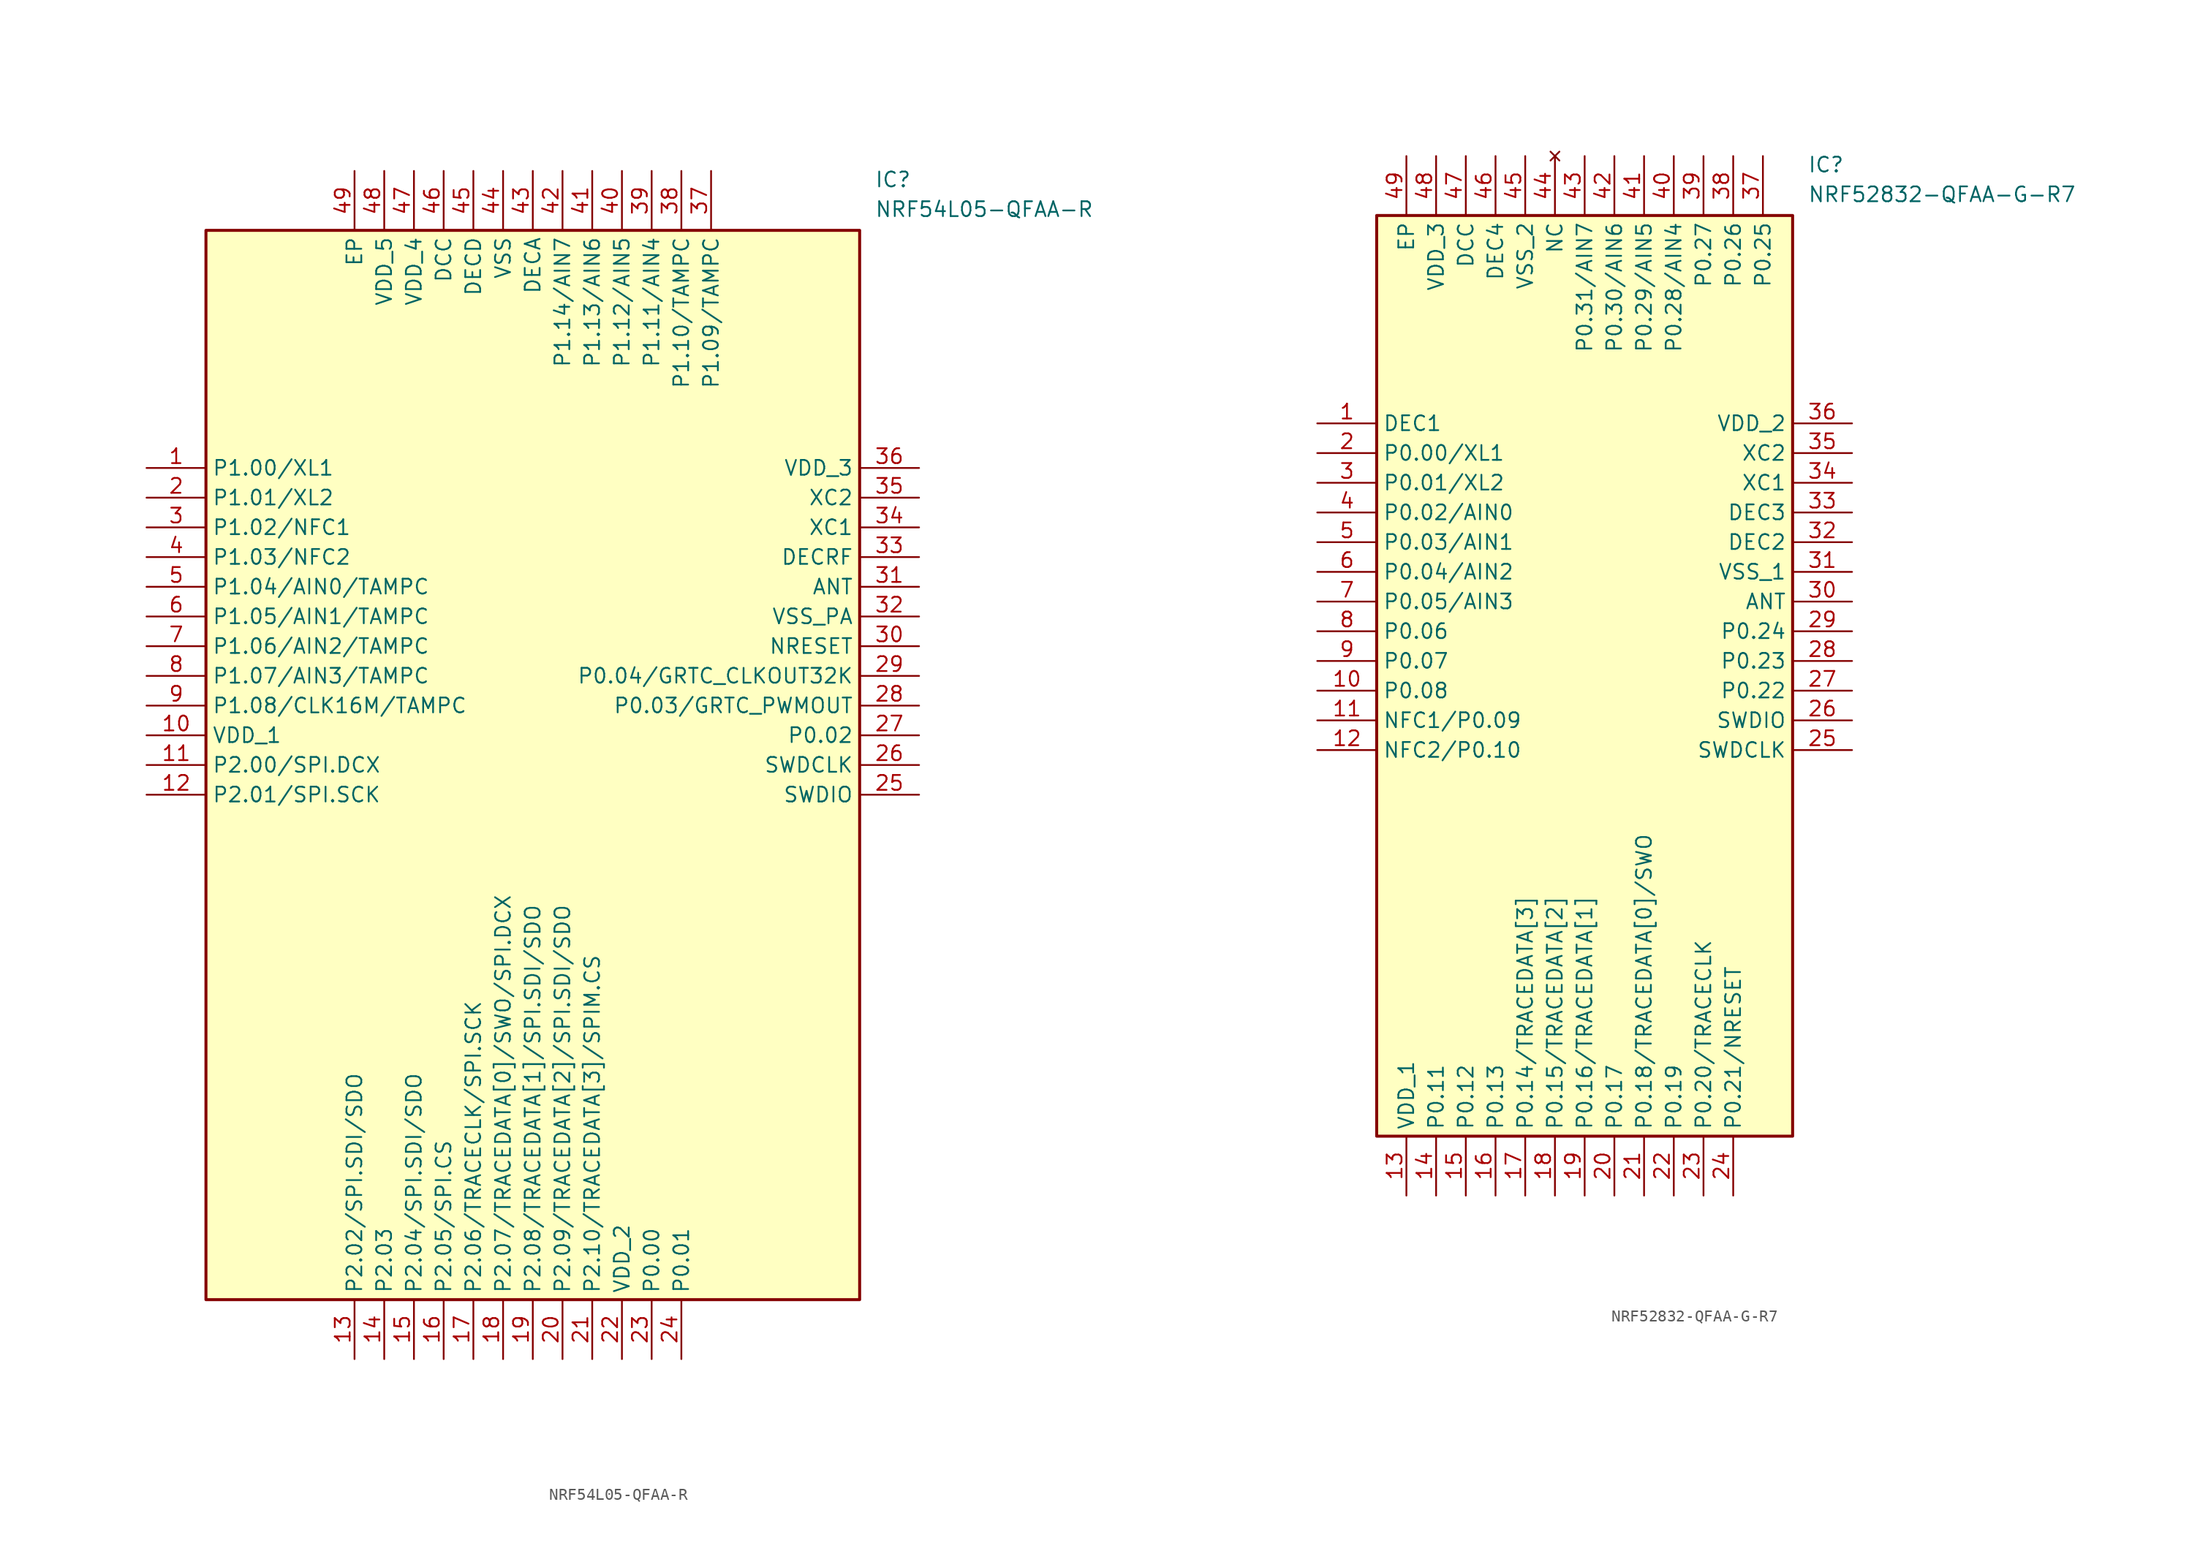
<source format=kicad_sym>
(kicad_symbol_lib
  (version 20241209)
  (generator "kicad_symbol_editor")
  (generator_version "9.0")
  (symbol "NRF54L05-QFAA-R"
    (property "Reference" "IC"
      (at 62.23 25.4 0)
      (effects (font (size 1.27 1.27)) (justify left top)))
    (property "Value" "NRF54L05-QFAA-R"
      (at 62.23 22.86 0)
      (effects (font (size 1.27 1.27)) (justify left top)))
    (symbol "NRF54L05-QFAA-R_1_1"
      (rectangle (start 5.08 20.32) (end 60.96 -71.12) (stroke (width 0.254) (type default)) (fill (type background)))
      (pin passive line (at 0 0 0) (length 5.08) (name "P1.00/XL1" (effects (font (size 1.27 1.27)))) (number "1" (effects (font (size 1.27 1.27)))))
      (pin passive line (at 0 -2.54 0) (length 5.08) (name "P1.01/XL2" (effects (font (size 1.27 1.27)))) (number "2" (effects (font (size 1.27 1.27)))))
      (pin passive line (at 0 -5.08 0) (length 5.08) (name "P1.02/NFC1" (effects (font (size 1.27 1.27)))) (number "3" (effects (font (size 1.27 1.27)))))
      (pin passive line (at 0 -7.62 0) (length 5.08) (name "P1.03/NFC2" (effects (font (size 1.27 1.27)))) (number "4" (effects (font (size 1.27 1.27)))))
      (pin passive line (at 0 -10.16 0) (length 5.08) (name "P1.04/AIN0/TAMPC" (effects (font (size 1.27 1.27)))) (number "5" (effects (font (size 1.27 1.27)))))
      (pin passive line (at 0 -12.7 0) (length 5.08) (name "P1.05/AIN1/TAMPC" (effects (font (size 1.27 1.27)))) (number "6" (effects (font (size 1.27 1.27)))))
      (pin passive line (at 0 -15.24 0) (length 5.08) (name "P1.06/AIN2/TAMPC" (effects (font (size 1.27 1.27)))) (number "7" (effects (font (size 1.27 1.27)))))
      (pin passive line (at 0 -17.78 0) (length 5.08) (name "P1.07/AIN3/TAMPC" (effects (font (size 1.27 1.27)))) (number "8" (effects (font (size 1.27 1.27)))))
      (pin passive line (at 0 -20.32 0) (length 5.08) (name "P1.08/CLK16M/TAMPC" (effects (font (size 1.27 1.27)))) (number "9" (effects (font (size 1.27 1.27)))))
      (pin passive line (at 0 -22.86 0) (length 5.08) (name "VDD_1" (effects (font (size 1.27 1.27)))) (number "10" (effects (font (size 1.27 1.27)))))
      (pin passive line (at 0 -25.4 0) (length 5.08) (name "P2.00/SPI.DCX" (effects (font (size 1.27 1.27)))) (number "11" (effects (font (size 1.27 1.27)))))
      (pin passive line (at 0 -27.94 0) (length 5.08) (name "P2.01/SPI.SCK" (effects (font (size 1.27 1.27)))) (number "12" (effects (font (size 1.27 1.27)))))
      (pin passive line (at 17.78 25.4 270) (length 5.08) (name "EP" (effects (font (size 1.27 1.27)))) (number "49" (effects (font (size 1.27 1.27)))))
      (pin passive line (at 17.78 -76.2 90) (length 5.08) (name "P2.02/SPI.SDI/SDO" (effects (font (size 1.27 1.27)))) (number "13" (effects (font (size 1.27 1.27)))))
      (pin passive line (at 20.32 25.4 270) (length 5.08) (name "VDD_5" (effects (font (size 1.27 1.27)))) (number "48" (effects (font (size 1.27 1.27)))))
      (pin passive line (at 20.32 -76.2 90) (length 5.08) (name "P2.03" (effects (font (size 1.27 1.27)))) (number "14" (effects (font (size 1.27 1.27)))))
      (pin passive line (at 22.86 25.4 270) (length 5.08) (name "VDD_4" (effects (font (size 1.27 1.27)))) (number "47" (effects (font (size 1.27 1.27)))))
      (pin passive line (at 22.86 -76.2 90) (length 5.08) (name "P2.04/SPI.SDI/SDO" (effects (font (size 1.27 1.27)))) (number "15" (effects (font (size 1.27 1.27)))))
      (pin passive line (at 25.4 25.4 270) (length 5.08) (name "DCC" (effects (font (size 1.27 1.27)))) (number "46" (effects (font (size 1.27 1.27)))))
      (pin passive line (at 25.4 -76.2 90) (length 5.08) (name "P2.05/SPI.CS" (effects (font (size 1.27 1.27)))) (number "16" (effects (font (size 1.27 1.27)))))
      (pin passive line (at 27.94 25.4 270) (length 5.08) (name "DECD" (effects (font (size 1.27 1.27)))) (number "45" (effects (font (size 1.27 1.27)))))
      (pin passive line (at 27.94 -76.2 90) (length 5.08) (name "P2.06/TRACECLK/SPI.SCK" (effects (font (size 1.27 1.27)))) (number "17" (effects (font (size 1.27 1.27)))))
      (pin passive line (at 30.48 25.4 270) (length 5.08) (name "VSS" (effects (font (size 1.27 1.27)))) (number "44" (effects (font (size 1.27 1.27)))))
      (pin passive line (at 30.48 -76.2 90) (length 5.08) (name "P2.07/TRACEDATA[0]/SWO/SPI.DCX" (effects (font (size 1.27 1.27)))) (number "18" (effects (font (size 1.27 1.27)))))
      (pin passive line (at 33.02 25.4 270) (length 5.08) (name "DECA" (effects (font (size 1.27 1.27)))) (number "43" (effects (font (size 1.27 1.27)))))
      (pin passive line (at 33.02 -76.2 90) (length 5.08) (name "P2.08/TRACEDATA[1]/SPI.SDI/SDO" (effects (font (size 1.27 1.27)))) (number "19" (effects (font (size 1.27 1.27)))))
      (pin passive line (at 35.56 25.4 270) (length 5.08) (name "P1.14/AIN7" (effects (font (size 1.27 1.27)))) (number "42" (effects (font (size 1.27 1.27)))))
      (pin passive line (at 35.56 -76.2 90) (length 5.08) (name "P2.09/TRACEDATA[2]/SPI.SDI/SDO" (effects (font (size 1.27 1.27)))) (number "20" (effects (font (size 1.27 1.27)))))
      (pin passive line (at 38.1 25.4 270) (length 5.08) (name "P1.13/AIN6" (effects (font (size 1.27 1.27)))) (number "41" (effects (font (size 1.27 1.27)))))
      (pin passive line (at 38.1 -76.2 90) (length 5.08) (name "P2.10/TRACEDATA[3]/SPIM.CS" (effects (font (size 1.27 1.27)))) (number "21" (effects (font (size 1.27 1.27)))))
      (pin passive line (at 40.64 25.4 270) (length 5.08) (name "P1.12/AIN5" (effects (font (size 1.27 1.27)))) (number "40" (effects (font (size 1.27 1.27)))))
      (pin passive line (at 40.64 -76.2 90) (length 5.08) (name "VDD_2" (effects (font (size 1.27 1.27)))) (number "22" (effects (font (size 1.27 1.27)))))
      (pin passive line (at 43.18 25.4 270) (length 5.08) (name "P1.11/AIN4" (effects (font (size 1.27 1.27)))) (number "39" (effects (font (size 1.27 1.27)))))
      (pin passive line (at 43.18 -76.2 90) (length 5.08) (name "P0.00" (effects (font (size 1.27 1.27)))) (number "23" (effects (font (size 1.27 1.27)))))
      (pin passive line (at 45.72 25.4 270) (length 5.08) (name "P1.10/TAMPC" (effects (font (size 1.27 1.27)))) (number "38" (effects (font (size 1.27 1.27)))))
      (pin passive line (at 45.72 -76.2 90) (length 5.08) (name "P0.01" (effects (font (size 1.27 1.27)))) (number "24" (effects (font (size 1.27 1.27)))))
      (pin passive line (at 48.26 25.4 270) (length 5.08) (name "P1.09/TAMPC" (effects (font (size 1.27 1.27)))) (number "37" (effects (font (size 1.27 1.27)))))
      (pin passive line (at 66.04 0 180) (length 5.08) (name "VDD_3" (effects (font (size 1.27 1.27)))) (number "36" (effects (font (size 1.27 1.27)))))
      (pin passive line (at 66.04 -2.54 180) (length 5.08) (name "XC2" (effects (font (size 1.27 1.27)))) (number "35" (effects (font (size 1.27 1.27)))))
      (pin passive line (at 66.04 -5.08 180) (length 5.08) (name "XC1" (effects (font (size 1.27 1.27)))) (number "34" (effects (font (size 1.27 1.27)))))
      (pin passive line (at 66.04 -7.62 180) (length 5.08) (name "DECRF" (effects (font (size 1.27 1.27)))) (number "33" (effects (font (size 1.27 1.27)))))
      (pin passive line (at 66.04 -10.16 180) (length 5.08) (name "ANT" (effects (font (size 1.27 1.27)))) (number "31" (effects (font (size 1.27 1.27)))))
      (pin passive line (at 66.04 -12.7 180) (length 5.08) (name "VSS_PA" (effects (font (size 1.27 1.27)))) (number "32" (effects (font (size 1.27 1.27)))))
      (pin passive line (at 66.04 -15.24 180) (length 5.08) (name "NRESET" (effects (font (size 1.27 1.27)))) (number "30" (effects (font (size 1.27 1.27)))))
      (pin passive line (at 66.04 -17.78 180) (length 5.08) (name "P0.04/GRTC_CLKOUT32K" (effects (font (size 1.27 1.27)))) (number "29" (effects (font (size 1.27 1.27)))))
      (pin passive line (at 66.04 -20.32 180) (length 5.08) (name "P0.03/GRTC_PWMOUT" (effects (font (size 1.27 1.27)))) (number "28" (effects (font (size 1.27 1.27)))))
      (pin passive line (at 66.04 -22.86 180) (length 5.08) (name "P0.02" (effects (font (size 1.27 1.27)))) (number "27" (effects (font (size 1.27 1.27)))))
      (pin passive line (at 66.04 -25.4 180) (length 5.08) (name "SWDCLK" (effects (font (size 1.27 1.27)))) (number "26" (effects (font (size 1.27 1.27)))))
      (pin passive line (at 66.04 -27.94 180) (length 5.08) (name "SWDIO" (effects (font (size 1.27 1.27)))) (number "25" (effects (font (size 1.27 1.27)))))))
  (symbol "NRF52832-QFAA-G-R7"
    (property "Reference" "IC"
      (at 41.91 22.86 0)
      (effects (font (size 1.27 1.27)) (justify left top)))
    (property "Value" "NRF52832-QFAA-G-R7"
      (at 41.91 20.32 0)
      (effects (font (size 1.27 1.27)) (justify left top)))
    (symbol "NRF52832-QFAA-G-R7_1_1"
      (rectangle (start 5.08 17.78) (end 40.64 -60.96) (stroke (width 0.254) (type default)) (fill (type background)))
      (pin passive line (at 0 0 0) (length 5.08) (name "DEC1" (effects (font (size 1.27 1.27)))) (number "1" (effects (font (size 1.27 1.27)))))
      (pin passive line (at 0 -2.54 0) (length 5.08) (name "P0.00/XL1" (effects (font (size 1.27 1.27)))) (number "2" (effects (font (size 1.27 1.27)))))
      (pin passive line (at 0 -5.08 0) (length 5.08) (name "P0.01/XL2" (effects (font (size 1.27 1.27)))) (number "3" (effects (font (size 1.27 1.27)))))
      (pin passive line (at 0 -7.62 0) (length 5.08) (name "P0.02/AIN0" (effects (font (size 1.27 1.27)))) (number "4" (effects (font (size 1.27 1.27)))))
      (pin passive line (at 0 -10.16 0) (length 5.08) (name "P0.03/AIN1" (effects (font (size 1.27 1.27)))) (number "5" (effects (font (size 1.27 1.27)))))
      (pin passive line (at 0 -12.7 0) (length 5.08) (name "P0.04/AIN2" (effects (font (size 1.27 1.27)))) (number "6" (effects (font (size 1.27 1.27)))))
      (pin passive line (at 0 -15.24 0) (length 5.08) (name "P0.05/AIN3" (effects (font (size 1.27 1.27)))) (number "7" (effects (font (size 1.27 1.27)))))
      (pin passive line (at 0 -17.78 0) (length 5.08) (name "P0.06" (effects (font (size 1.27 1.27)))) (number "8" (effects (font (size 1.27 1.27)))))
      (pin passive line (at 0 -20.32 0) (length 5.08) (name "P0.07" (effects (font (size 1.27 1.27)))) (number "9" (effects (font (size 1.27 1.27)))))
      (pin passive line (at 0 -22.86 0) (length 5.08) (name "P0.08" (effects (font (size 1.27 1.27)))) (number "10" (effects (font (size 1.27 1.27)))))
      (pin passive line (at 0 -25.4 0) (length 5.08) (name "NFC1/P0.09" (effects (font (size 1.27 1.27)))) (number "11" (effects (font (size 1.27 1.27)))))
      (pin passive line (at 0 -27.94 0) (length 5.08) (name "NFC2/P0.10" (effects (font (size 1.27 1.27)))) (number "12" (effects (font (size 1.27 1.27)))))
      (pin passive line (at 7.62 22.86 270) (length 5.08) (name "EP" (effects (font (size 1.27 1.27)))) (number "49" (effects (font (size 1.27 1.27)))))
      (pin passive line (at 7.62 -66.04 90) (length 5.08) (name "VDD_1" (effects (font (size 1.27 1.27)))) (number "13" (effects (font (size 1.27 1.27)))))
      (pin passive line (at 10.16 22.86 270) (length 5.08) (name "VDD_3" (effects (font (size 1.27 1.27)))) (number "48" (effects (font (size 1.27 1.27)))))
      (pin passive line (at 10.16 -66.04 90) (length 5.08) (name "P0.11" (effects (font (size 1.27 1.27)))) (number "14" (effects (font (size 1.27 1.27)))))
      (pin passive line (at 12.7 22.86 270) (length 5.08) (name "DCC" (effects (font (size 1.27 1.27)))) (number "47" (effects (font (size 1.27 1.27)))))
      (pin passive line (at 12.7 -66.04 90) (length 5.08) (name "P0.12" (effects (font (size 1.27 1.27)))) (number "15" (effects (font (size 1.27 1.27)))))
      (pin passive line (at 15.24 22.86 270) (length 5.08) (name "DEC4" (effects (font (size 1.27 1.27)))) (number "46" (effects (font (size 1.27 1.27)))))
      (pin passive line (at 15.24 -66.04 90) (length 5.08) (name "P0.13" (effects (font (size 1.27 1.27)))) (number "16" (effects (font (size 1.27 1.27)))))
      (pin passive line (at 17.78 22.86 270) (length 5.08) (name "VSS_2" (effects (font (size 1.27 1.27)))) (number "45" (effects (font (size 1.27 1.27)))))
      (pin passive line (at 17.78 -66.04 90) (length 5.08) (name "P0.14/TRACEDATA[3]" (effects (font (size 1.27 1.27)))) (number "17" (effects (font (size 1.27 1.27)))))
      (pin no_connect line (at 20.32 22.86 270) (length 5.08) (name "NC" (effects (font (size 1.27 1.27)))) (number "44" (effects (font (size 1.27 1.27)))))
      (pin passive line (at 20.32 -66.04 90) (length 5.08) (name "P0.15/TRACEDATA[2]" (effects (font (size 1.27 1.27)))) (number "18" (effects (font (size 1.27 1.27)))))
      (pin passive line (at 22.86 22.86 270) (length 5.08) (name "P0.31/AIN7" (effects (font (size 1.27 1.27)))) (number "43" (effects (font (size 1.27 1.27)))))
      (pin passive line (at 22.86 -66.04 90) (length 5.08) (name "P0.16/TRACEDATA[1]" (effects (font (size 1.27 1.27)))) (number "19" (effects (font (size 1.27 1.27)))))
      (pin passive line (at 25.4 22.86 270) (length 5.08) (name "P0.30/AIN6" (effects (font (size 1.27 1.27)))) (number "42" (effects (font (size 1.27 1.27)))))
      (pin passive line (at 25.4 -66.04 90) (length 5.08) (name "P0.17" (effects (font (size 1.27 1.27)))) (number "20" (effects (font (size 1.27 1.27)))))
      (pin passive line (at 27.94 22.86 270) (length 5.08) (name "P0.29/AIN5" (effects (font (size 1.27 1.27)))) (number "41" (effects (font (size 1.27 1.27)))))
      (pin passive line (at 27.94 -66.04 90) (length 5.08) (name "P0.18/TRACEDATA[0]/SWO" (effects (font (size 1.27 1.27)))) (number "21" (effects (font (size 1.27 1.27)))))
      (pin passive line (at 30.48 22.86 270) (length 5.08) (name "P0.28/AIN4" (effects (font (size 1.27 1.27)))) (number "40" (effects (font (size 1.27 1.27)))))
      (pin passive line (at 30.48 -66.04 90) (length 5.08) (name "P0.19" (effects (font (size 1.27 1.27)))) (number "22" (effects (font (size 1.27 1.27)))))
      (pin passive line (at 33.02 22.86 270) (length 5.08) (name "P0.27" (effects (font (size 1.27 1.27)))) (number "39" (effects (font (size 1.27 1.27)))))
      (pin passive line (at 33.02 -66.04 90) (length 5.08) (name "P0.20/TRACECLK" (effects (font (size 1.27 1.27)))) (number "23" (effects (font (size 1.27 1.27)))))
      (pin passive line (at 35.56 22.86 270) (length 5.08) (name "P0.26" (effects (font (size 1.27 1.27)))) (number "38" (effects (font (size 1.27 1.27)))))
      (pin passive line (at 35.56 -66.04 90) (length 5.08) (name "P0.21/NRESET" (effects (font (size 1.27 1.27)))) (number "24" (effects (font (size 1.27 1.27)))))
      (pin passive line (at 38.1 22.86 270) (length 5.08) (name "P0.25" (effects (font (size 1.27 1.27)))) (number "37" (effects (font (size 1.27 1.27)))))
      (pin passive line (at 45.72 0 180) (length 5.08) (name "VDD_2" (effects (font (size 1.27 1.27)))) (number "36" (effects (font (size 1.27 1.27)))))
      (pin passive line (at 45.72 -2.54 180) (length 5.08) (name "XC2" (effects (font (size 1.27 1.27)))) (number "35" (effects (font (size 1.27 1.27)))))
      (pin passive line (at 45.72 -5.08 180) (length 5.08) (name "XC1" (effects (font (size 1.27 1.27)))) (number "34" (effects (font (size 1.27 1.27)))))
      (pin passive line (at 45.72 -7.62 180) (length 5.08) (name "DEC3" (effects (font (size 1.27 1.27)))) (number "33" (effects (font (size 1.27 1.27)))))
      (pin passive line (at 45.72 -10.16 180) (length 5.08) (name "DEC2" (effects (font (size 1.27 1.27)))) (number "32" (effects (font (size 1.27 1.27)))))
      (pin passive line (at 45.72 -12.7 180) (length 5.08) (name "VSS_1" (effects (font (size 1.27 1.27)))) (number "31" (effects (font (size 1.27 1.27)))))
      (pin passive line (at 45.72 -15.24 180) (length 5.08) (name "ANT" (effects (font (size 1.27 1.27)))) (number "30" (effects (font (size 1.27 1.27)))))
      (pin passive line (at 45.72 -17.78 180) (length 5.08) (name "P0.24" (effects (font (size 1.27 1.27)))) (number "29" (effects (font (size 1.27 1.27)))))
      (pin passive line (at 45.72 -20.32 180) (length 5.08) (name "P0.23" (effects (font (size 1.27 1.27)))) (number "28" (effects (font (size 1.27 1.27)))))
      (pin passive line (at 45.72 -22.86 180) (length 5.08) (name "P0.22" (effects (font (size 1.27 1.27)))) (number "27" (effects (font (size 1.27 1.27)))))
      (pin passive line (at 45.72 -25.4 180) (length 5.08) (name "SWDIO" (effects (font (size 1.27 1.27)))) (number "26" (effects (font (size 1.27 1.27)))))
      (pin passive line (at 45.72 -27.94 180) (length 5.08) (name "SWDCLK" (effects (font (size 1.27 1.27)))) (number "25" (effects (font (size 1.27 1.27))))))))
</source>
